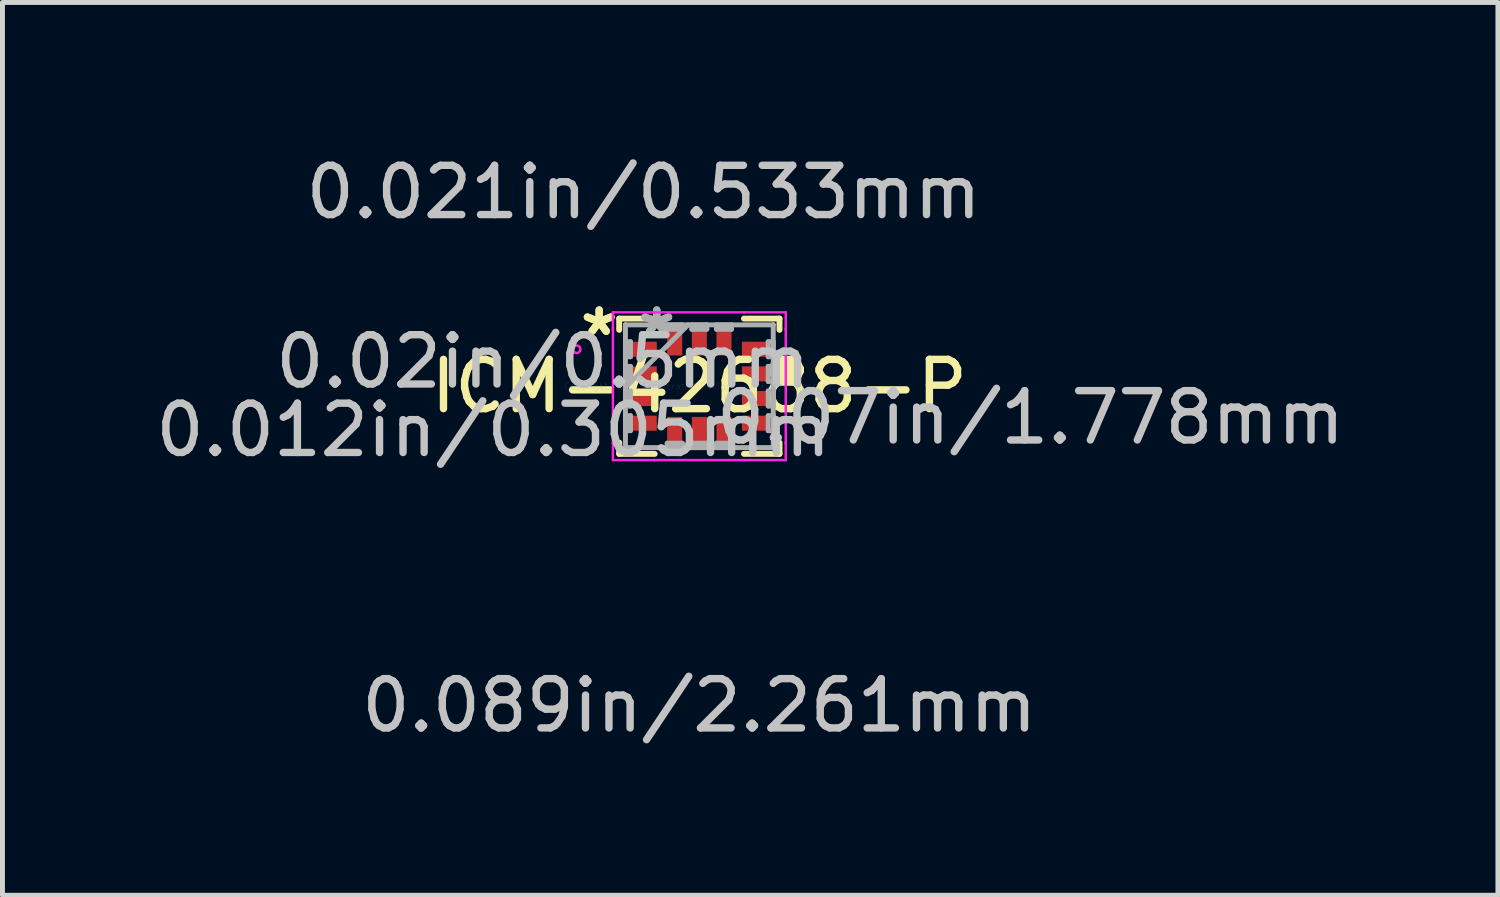
<source format=kicad_pcb>
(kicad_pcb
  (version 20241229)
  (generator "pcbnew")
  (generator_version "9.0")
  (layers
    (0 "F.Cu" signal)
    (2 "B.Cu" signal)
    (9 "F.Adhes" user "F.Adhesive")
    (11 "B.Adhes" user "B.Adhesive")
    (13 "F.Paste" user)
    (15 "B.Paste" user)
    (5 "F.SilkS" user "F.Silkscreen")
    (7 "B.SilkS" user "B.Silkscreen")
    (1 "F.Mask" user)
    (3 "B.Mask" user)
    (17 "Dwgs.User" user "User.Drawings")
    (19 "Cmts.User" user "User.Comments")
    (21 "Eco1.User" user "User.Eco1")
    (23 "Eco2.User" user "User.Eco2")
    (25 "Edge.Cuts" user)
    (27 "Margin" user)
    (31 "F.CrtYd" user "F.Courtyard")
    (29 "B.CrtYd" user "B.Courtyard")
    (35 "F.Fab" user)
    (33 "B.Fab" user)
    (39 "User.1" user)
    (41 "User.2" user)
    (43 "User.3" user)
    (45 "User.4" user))
  (footprint "ICM-42688-P"
    (layer "F.Cu")
    (at 11.137 4.785)
    (property "Reference" "ICM-42688-P" (at 0 0 0) (layer "F.SilkS") (effects (font (size 1 1) (thickness 0.15))))
    (attr through_hole)
    (fp_line (start -1.626 -1.372) (end -1.626 -1.144) (stroke (width 0.12) (type solid)) (layer "F.SilkS"))
    (fp_line (start -1.626 1.144) (end -1.626 1.372) (stroke (width 0.12) (type solid)) (layer "F.SilkS"))
    (fp_line (start -1.626 1.372) (end -0.906 1.372) (stroke (width 0.12) (type solid)) (layer "F.SilkS"))
    (fp_line (start -0.906 -1.372) (end -1.626 -1.372) (stroke (width 0.12) (type solid)) (layer "F.SilkS"))
    (fp_line (start 0.906 1.372) (end 1.626 1.372) (stroke (width 0.12) (type solid)) (layer "F.SilkS"))
    (fp_line (start 1.626 -1.372) (end 0.906 -1.372) (stroke (width 0.12) (type solid)) (layer "F.SilkS"))
    (fp_line (start 1.626 -1.144) (end 1.626 -1.372) (stroke (width 0.12) (type solid)) (layer "F.SilkS"))
    (fp_line (start 1.626 1.372) (end 1.626 1.144) (stroke (width 0.12) (type solid)) (layer "F.SilkS"))
    (fp_poly (pts (xy 1.905 -0.441) (xy 1.905 -0.059) (xy 1.651 -0.059) (xy 1.651 -0.441)) (stroke (width 0.1) (type solid)) (fill yes) (layer "F.SilkS"))
    (fp_line (start -1.753 -1.499) (end -0.906 -1.499) (stroke (width 0.05) (type solid)) (layer "F.CrtYd"))
    (fp_line (start -1.753 -1.156) (end -1.753 -1.499) (stroke (width 0.05) (type solid)) (layer "F.CrtYd"))
    (fp_line (start -1.753 -1.156) (end -1.753 -1.156) (stroke (width 0.05) (type solid)) (layer "F.CrtYd"))
    (fp_line (start -1.753 1.156) (end -1.753 -1.156) (stroke (width 0.05) (type solid)) (layer "F.CrtYd"))
    (fp_line (start -1.753 1.156) (end -1.753 1.156) (stroke (width 0.05) (type solid)) (layer "F.CrtYd"))
    (fp_line (start -1.753 1.499) (end -1.753 1.156) (stroke (width 0.05) (type solid)) (layer "F.CrtYd"))
    (fp_line (start -0.906 -1.499) (end -0.906 -1.499) (stroke (width 0.05) (type solid)) (layer "F.CrtYd"))
    (fp_line (start -0.906 -1.499) (end 0.906 -1.499) (stroke (width 0.05) (type solid)) (layer "F.CrtYd"))
    (fp_line (start -0.906 1.499) (end -1.753 1.499) (stroke (width 0.05) (type solid)) (layer "F.CrtYd"))
    (fp_line (start -0.906 1.499) (end -0.906 1.499) (stroke (width 0.05) (type solid)) (layer "F.CrtYd"))
    (fp_line (start 0.906 -1.499) (end 0.906 -1.499) (stroke (width 0.05) (type solid)) (layer "F.CrtYd"))
    (fp_line (start 0.906 -1.499) (end 1.753 -1.499) (stroke (width 0.05) (type solid)) (layer "F.CrtYd"))
    (fp_line (start 0.906 1.499) (end -0.906 1.499) (stroke (width 0.05) (type solid)) (layer "F.CrtYd"))
    (fp_line (start 0.906 1.499) (end 0.906 1.499) (stroke (width 0.05) (type solid)) (layer "F.CrtYd"))
    (fp_line (start 1.753 -1.499) (end 1.753 -1.156) (stroke (width 0.05) (type solid)) (layer "F.CrtYd"))
    (fp_line (start 1.753 -1.156) (end 1.753 -1.156) (stroke (width 0.05) (type solid)) (layer "F.CrtYd"))
    (fp_line (start 1.753 -1.156) (end 1.753 1.156) (stroke (width 0.05) (type solid)) (layer "F.CrtYd"))
    (fp_line (start 1.753 1.156) (end 1.753 1.156) (stroke (width 0.05) (type solid)) (layer "F.CrtYd"))
    (fp_line (start 1.753 1.156) (end 1.753 1.499) (stroke (width 0.05) (type solid)) (layer "F.CrtYd"))
    (fp_line (start 1.753 1.499) (end 0.906 1.499) (stroke (width 0.05) (type solid)) (layer "F.CrtYd"))
    (fp_circle (center -2.489 -0.75) (end -2.413 -0.75) (stroke (width 0.05) (type solid)) (fill no) (layer "F.CrtYd"))
    (fp_line (start -1.499 -1.245) (end -1.499 -1.245) (stroke (width 0.1) (type solid)) (layer "F.Fab"))
    (fp_line (start -1.499 -1.245) (end -1.499 1.245) (stroke (width 0.1) (type solid)) (layer "F.Fab"))
    (fp_line (start -1.499 -0.902) (end -1.397 -0.902) (stroke (width 0.1) (type solid)) (layer "F.Fab"))
    (fp_line (start -1.499 -0.598) (end -1.499 -0.902) (stroke (width 0.1) (type solid)) (layer "F.Fab"))
    (fp_line (start -1.499 -0.402) (end -1.397 -0.402) (stroke (width 0.1) (type solid)) (layer "F.Fab"))
    (fp_line (start -1.499 -0.098) (end -1.499 -0.402) (stroke (width 0.1) (type solid)) (layer "F.Fab"))
    (fp_line (start -1.499 0.025) (end -0.229 -1.245) (stroke (width 0.1) (type solid)) (layer "F.Fab"))
    (fp_line (start -1.499 0.098) (end -1.397 0.098) (stroke (width 0.1) (type solid)) (layer "F.Fab"))
    (fp_line (start -1.499 0.402) (end -1.499 0.098) (stroke (width 0.1) (type solid)) (layer "F.Fab"))
    (fp_line (start -1.499 0.598) (end -1.397 0.598) (stroke (width 0.1) (type solid)) (layer "F.Fab"))
    (fp_line (start -1.499 0.902) (end -1.499 0.598) (stroke (width 0.1) (type solid)) (layer "F.Fab"))
    (fp_line (start -1.499 1.245) (end -1.499 1.245) (stroke (width 0.1) (type solid)) (layer "F.Fab"))
    (fp_line (start -1.499 1.245) (end 1.499 1.245) (stroke (width 0.1) (type solid)) (layer "F.Fab"))
    (fp_line (start -1.397 -0.902) (end -1.397 -0.598) (stroke (width 0.1) (type solid)) (layer "F.Fab"))
    (fp_line (start -1.397 -0.598) (end -1.499 -0.598) (stroke (width 0.1) (type solid)) (layer "F.Fab"))
    (fp_line (start -1.397 -0.402) (end -1.397 -0.098) (stroke (width 0.1) (type solid)) (layer "F.Fab"))
    (fp_line (start -1.397 -0.098) (end -1.499 -0.098) (stroke (width 0.1) (type solid)) (layer "F.Fab"))
    (fp_line (start -1.397 0.098) (end -1.397 0.402) (stroke (width 0.1) (type solid)) (layer "F.Fab"))
    (fp_line (start -1.397 0.402) (end -1.499 0.402) (stroke (width 0.1) (type solid)) (layer "F.Fab"))
    (fp_line (start -1.397 0.598) (end -1.397 0.902) (stroke (width 0.1) (type solid)) (layer "F.Fab"))
    (fp_line (start -1.397 0.902) (end -1.499 0.902) (stroke (width 0.1) (type solid)) (layer "F.Fab"))
    (fp_line (start -0.652 -1.245) (end -0.348 -1.245) (stroke (width 0.1) (type solid)) (layer "F.Fab"))
    (fp_line (start -0.652 -1.156) (end -0.652 -1.245) (stroke (width 0.1) (type solid)) (layer "F.Fab"))
    (fp_line (start -0.652 1.156) (end -0.348 1.156) (stroke (width 0.1) (type solid)) (layer "F.Fab"))
    (fp_line (start -0.652 1.245) (end -0.652 1.156) (stroke (width 0.1) (type solid)) (layer "F.Fab"))
    (fp_line (start -0.348 -1.245) (end -0.348 -1.156) (stroke (width 0.1) (type solid)) (layer "F.Fab"))
    (fp_line (start -0.348 -1.156) (end -0.652 -1.156) (stroke (width 0.1) (type solid)) (layer "F.Fab"))
    (fp_line (start -0.348 1.156) (end -0.348 1.245) (stroke (width 0.1) (type solid)) (layer "F.Fab"))
    (fp_line (start -0.348 1.245) (end -0.652 1.245) (stroke (width 0.1) (type solid)) (layer "F.Fab"))
    (fp_line (start -0.152 -1.245) (end 0.152 -1.245) (stroke (width 0.1) (type solid)) (layer "F.Fab"))
    (fp_line (start -0.152 -1.156) (end -0.152 -1.245) (stroke (width 0.1) (type solid)) (layer "F.Fab"))
    (fp_line (start -0.152 1.156) (end 0.152 1.156) (stroke (width 0.1) (type solid)) (layer "F.Fab"))
    (fp_line (start -0.152 1.245) (end -0.152 1.156) (stroke (width 0.1) (type solid)) (layer "F.Fab"))
    (fp_line (start 0.152 -1.245) (end 0.152 -1.156) (stroke (width 0.1) (type solid)) (layer "F.Fab"))
    (fp_line (start 0.152 -1.156) (end -0.152 -1.156) (stroke (width 0.1) (type solid)) (layer "F.Fab"))
    (fp_line (start 0.152 1.156) (end 0.152 1.245) (stroke (width 0.1) (type solid)) (layer "F.Fab"))
    (fp_line (start 0.152 1.245) (end -0.152 1.245) (stroke (width 0.1) (type solid)) (layer "F.Fab"))
    (fp_line (start 0.348 -1.245) (end 0.652 -1.245) (stroke (width 0.1) (type solid)) (layer "F.Fab"))
    (fp_line (start 0.348 -1.156) (end 0.348 -1.245) (stroke (width 0.1) (type solid)) (layer "F.Fab"))
    (fp_line (start 0.348 1.156) (end 0.652 1.156) (stroke (width 0.1) (type solid)) (layer "F.Fab"))
    (fp_line (start 0.348 1.245) (end 0.348 1.156) (stroke (width 0.1) (type solid)) (layer "F.Fab"))
    (fp_line (start 0.652 -1.245) (end 0.652 -1.156) (stroke (width 0.1) (type solid)) (layer "F.Fab"))
    (fp_line (start 0.652 -1.156) (end 0.348 -1.156) (stroke (width 0.1) (type solid)) (layer "F.Fab"))
    (fp_line (start 0.652 1.156) (end 0.652 1.245) (stroke (width 0.1) (type solid)) (layer "F.Fab"))
    (fp_line (start 0.652 1.245) (end 0.348 1.245) (stroke (width 0.1) (type solid)) (layer "F.Fab"))
    (fp_line (start 1.397 -0.902) (end 1.499 -0.902) (stroke (width 0.1) (type solid)) (layer "F.Fab"))
    (fp_line (start 1.397 -0.598) (end 1.397 -0.902) (stroke (width 0.1) (type solid)) (layer "F.Fab"))
    (fp_line (start 1.397 -0.402) (end 1.499 -0.402) (stroke (width 0.1) (type solid)) (layer "F.Fab"))
    (fp_line (start 1.397 -0.098) (end 1.397 -0.402) (stroke (width 0.1) (type solid)) (layer "F.Fab"))
    (fp_line (start 1.397 0.098) (end 1.499 0.098) (stroke (width 0.1) (type solid)) (layer "F.Fab"))
    (fp_line (start 1.397 0.402) (end 1.397 0.098) (stroke (width 0.1) (type solid)) (layer "F.Fab"))
    (fp_line (start 1.397 0.598) (end 1.499 0.598) (stroke (width 0.1) (type solid)) (layer "F.Fab"))
    (fp_line (start 1.397 0.902) (end 1.397 0.598) (stroke (width 0.1) (type solid)) (layer "F.Fab"))
    (fp_line (start 1.499 -1.245) (end -1.499 -1.245) (stroke (width 0.1) (type solid)) (layer "F.Fab"))
    (fp_line (start 1.499 -1.245) (end 1.499 -1.245) (stroke (width 0.1) (type solid)) (layer "F.Fab"))
    (fp_line (start 1.499 -0.902) (end 1.499 -0.598) (stroke (width 0.1) (type solid)) (layer "F.Fab"))
    (fp_line (start 1.499 -0.598) (end 1.397 -0.598) (stroke (width 0.1) (type solid)) (layer "F.Fab"))
    (fp_line (start 1.499 -0.402) (end 1.499 -0.098) (stroke (width 0.1) (type solid)) (layer "F.Fab"))
    (fp_line (start 1.499 -0.098) (end 1.397 -0.098) (stroke (width 0.1) (type solid)) (layer "F.Fab"))
    (fp_line (start 1.499 0.098) (end 1.499 0.402) (stroke (width 0.1) (type solid)) (layer "F.Fab"))
    (fp_line (start 1.499 0.402) (end 1.397 0.402) (stroke (width 0.1) (type solid)) (layer "F.Fab"))
    (fp_line (start 1.499 0.598) (end 1.499 0.902) (stroke (width 0.1) (type solid)) (layer "F.Fab"))
    (fp_line (start 1.499 0.902) (end 1.397 0.902) (stroke (width 0.1) (type solid)) (layer "F.Fab"))
    (fp_line (start 1.499 1.245) (end 1.499 -1.245) (stroke (width 0.1) (type solid)) (layer "F.Fab"))
    (fp_line (start 1.499 1.245) (end 1.499 1.245) (stroke (width 0.1) (type solid)) (layer "F.Fab"))
    (fp_text user "*" (at -2.032 -1 0) (layer "F.SilkS") (effects (font (size 1 1) (thickness 0.15))))
    (fp_text user "*" (at -2.032 -1 0) (layer "F.SilkS") (effects (font (size 1 1) (thickness 0.15))))
    (fp_text user "0.089in/2.261mm" (at 0 6.477 0) (layer "Dwgs.User") (effects (font (size 1 1) (thickness 0.15))))
    (fp_text user "0.02in/0.5mm" (at -3.175 -0.5 0) (layer "Dwgs.User") (effects (font (size 1 1) (thickness 0.15))))
    (fp_text user "0.021in/0.533mm" (at -1.13 -3.937 0) (layer "Dwgs.User") (effects (font (size 1 1) (thickness 0.15))))
    (fp_text user "0.07in/1.778mm" (at 6.718 0.635 0) (layer "Dwgs.User") (effects (font (size 1 1) (thickness 0.15))))
    (fp_text user "0.012in/0.305mm" (at -4.178 0.889 0) (layer "Dwgs.User") (effects (font (size 1 1) (thickness 0.15))))
    (fp_text user "Copyright 2021 Accelerated Designs. All rights reserved." (at 0 0 0) (layer "Cmts.User") (effects (font (size 0.127 0.127) (thickness 0.002))))
    (fp_text user "*" (at -0.864 -1 0) (layer "F.Fab") (effects (font (size 1 1) (thickness 0.15))))
    (fp_text user "*" (at -0.864 -1 0) (layer "F.Fab") (effects (font (size 1 1) (thickness 0.15))))
    (pad "1" smd rect (at -1.13 -0.75 90) (size 0.305 0.533) (layers "F.Cu" "F.Mask" "F.Paste"))
    (pad "2" smd rect (at -1.13 -0.25 90) (size 0.305 0.533) (layers "F.Cu" "F.Mask" "F.Paste"))
    (pad "3" smd rect (at -1.13 0.25 90) (size 0.305 0.533) (layers "F.Cu" "F.Mask" "F.Paste"))
    (pad "4" smd rect (at -1.13 0.75 90) (size 0.305 0.533) (layers "F.Cu" "F.Mask" "F.Paste"))
    (pad "5" smd rect (at -0.5 0.889) (size 0.305 0.533) (layers "F.Cu" "F.Mask" "F.Paste"))
    (pad "6" smd rect (at 0 0.889) (size 0.305 0.533) (layers "F.Cu" "F.Mask" "F.Paste"))
    (pad "7" smd rect (at 0.5 0.889) (size 0.305 0.533) (layers "F.Cu" "F.Mask" "F.Paste"))
    (pad "8" smd rect (at 1.13 0.75 90) (size 0.305 0.533) (layers "F.Cu" "F.Mask" "F.Paste"))
    (pad "9" smd rect (at 1.13 0.25 90) (size 0.305 0.533) (layers "F.Cu" "F.Mask" "F.Paste"))
    (pad "10" smd rect (at 1.13 -0.25 90) (size 0.305 0.533) (layers "F.Cu" "F.Mask" "F.Paste"))
    (pad "11" smd rect (at 1.13 -0.75 90) (size 0.305 0.533) (layers "F.Cu" "F.Mask" "F.Paste"))
    (pad "12" smd rect (at 0.5 -0.889) (size 0.305 0.533) (layers "F.Cu" "F.Mask" "F.Paste"))
    (pad "13" smd rect (at 0 -0.889) (size 0.305 0.533) (layers "F.Cu" "F.Mask" "F.Paste"))
    (pad "14" smd rect (at -0.5 -0.889) (size 0.305 0.533) (layers "F.Cu" "F.Mask" "F.Paste")))
  (gr_rect
    (start -3 -3)
    (end 27.337 15.111)
    (stroke (width 0.1) (type default))
    (fill no)
    (layer "Edge.Cuts")))
</source>
